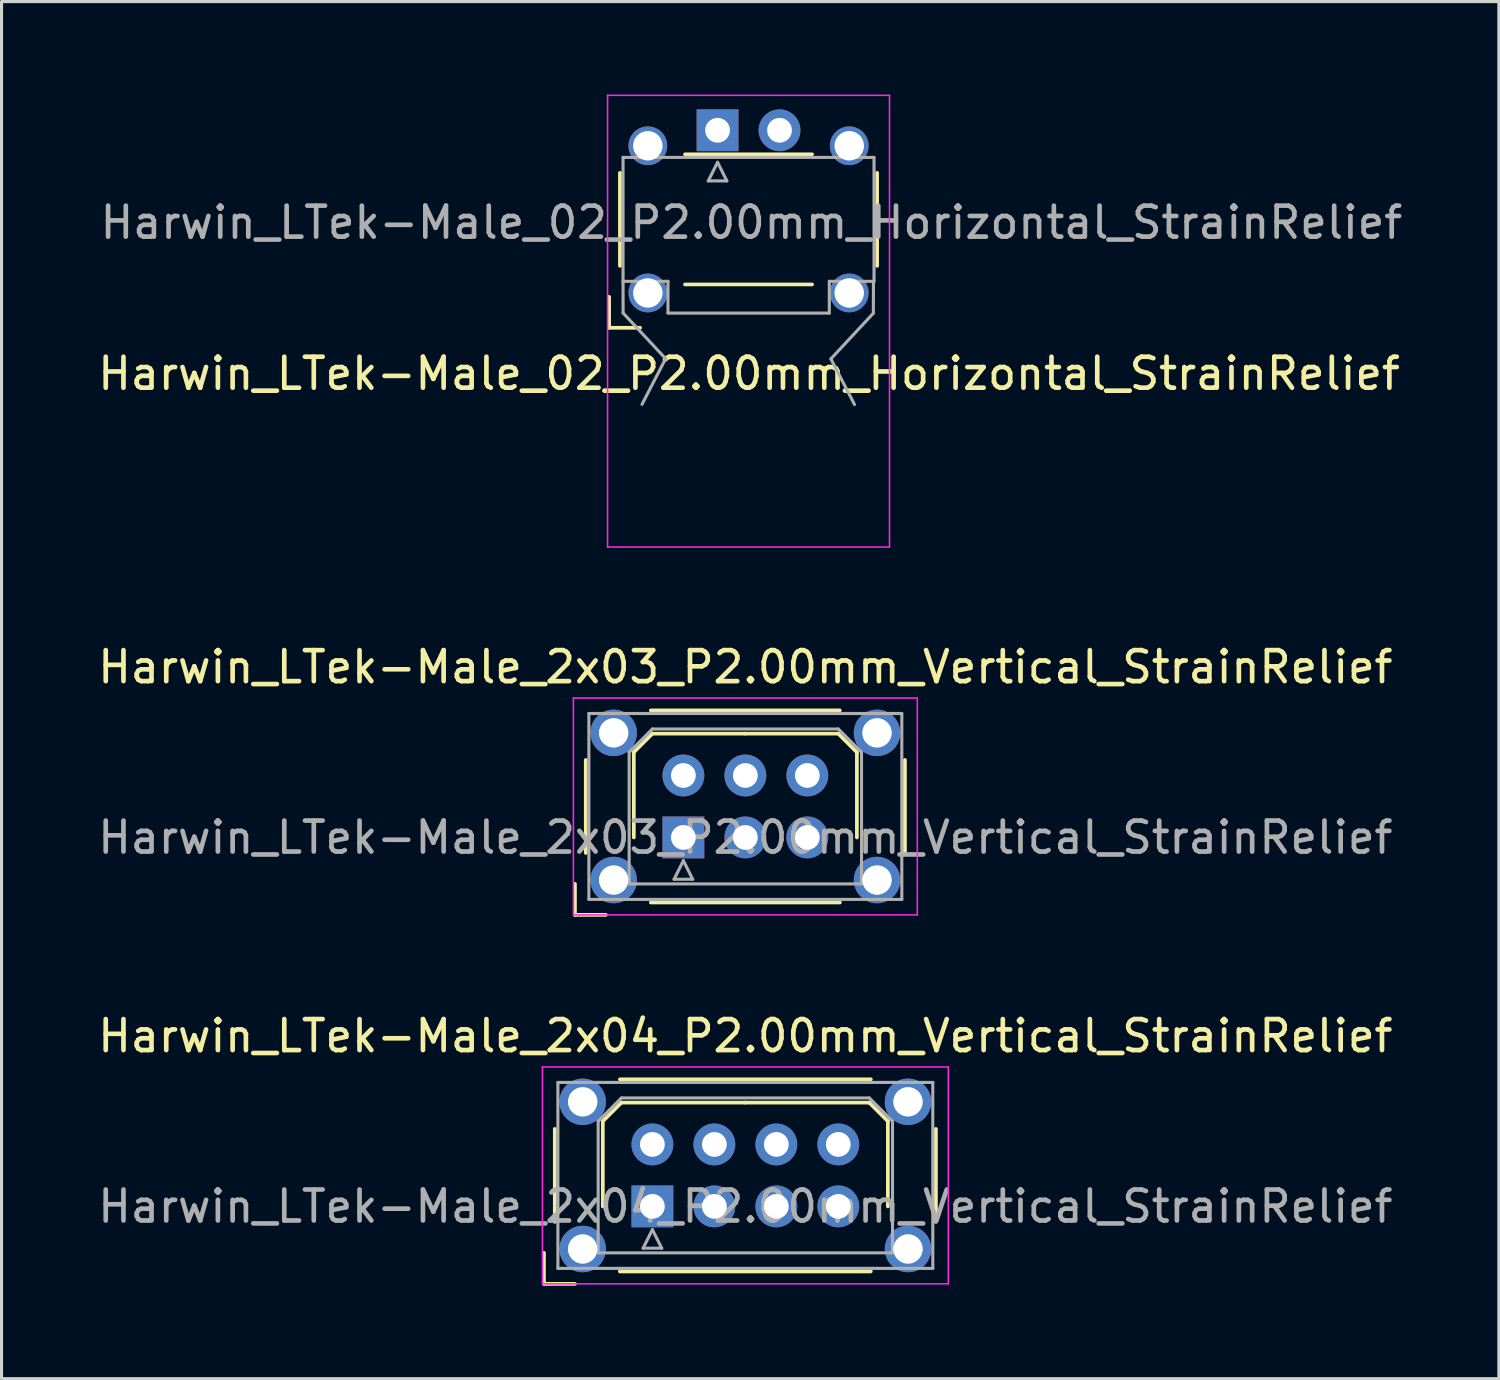
<source format=kicad_pcb>
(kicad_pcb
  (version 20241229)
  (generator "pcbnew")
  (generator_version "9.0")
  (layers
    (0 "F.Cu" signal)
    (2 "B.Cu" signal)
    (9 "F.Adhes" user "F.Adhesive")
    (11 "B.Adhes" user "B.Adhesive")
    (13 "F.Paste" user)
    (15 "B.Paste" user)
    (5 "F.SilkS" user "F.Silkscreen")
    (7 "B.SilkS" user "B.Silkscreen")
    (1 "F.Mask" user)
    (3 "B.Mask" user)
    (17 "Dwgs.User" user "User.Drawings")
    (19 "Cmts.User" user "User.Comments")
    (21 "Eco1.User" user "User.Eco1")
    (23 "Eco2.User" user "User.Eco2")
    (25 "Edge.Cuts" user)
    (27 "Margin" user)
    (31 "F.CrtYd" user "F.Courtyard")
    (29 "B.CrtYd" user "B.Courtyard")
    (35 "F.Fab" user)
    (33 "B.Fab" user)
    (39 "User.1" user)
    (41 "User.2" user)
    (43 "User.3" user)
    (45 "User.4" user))
  (footprint "Harwin_LTek-Male_2x04_P2.00mm_Vertical_StrainRelief"
    (layer "F.Cu")
    (at 18.006 35.886)
    (property "Reference" "Harwin_LTek-Male_2x04_P2.00mm_Vertical_StrainRelief" (at 3 -5.5 0) (layer "F.SilkS") (effects (font (size 1 1) (thickness 0.15))))
    (attr through_hole)
    (fp_line (start -3.5 1.5) (end -3.5 2.5) (stroke (width 0.12) (type solid)) (layer "F.SilkS"))
    (fp_line (start -3.5 2.5) (end -2.5 2.5) (stroke (width 0.12) (type solid)) (layer "F.SilkS"))
    (fp_line (start -3.15 -2.5) (end -3.15 0.5) (stroke (width 0.12) (type solid)) (layer "F.SilkS"))
    (fp_line (start -1.6 -2.75) (end -1 -3.35) (stroke (width 0.12) (type solid)) (layer "F.SilkS"))
    (fp_line (start -1.6 0) (end -1.6 -2.75) (stroke (width 0.12) (type solid)) (layer "F.SilkS"))
    (fp_line (start -1.05 -4.1) (end 7.05 -4.1) (stroke (width 0.12) (type solid)) (layer "F.SilkS"))
    (fp_line (start -1.05 2.1) (end 7.05 2.1) (stroke (width 0.12) (type solid)) (layer "F.SilkS"))
    (fp_line (start -1 -3.35) (end 3 -3.35) (stroke (width 0.12) (type solid)) (layer "F.SilkS"))
    (fp_line (start 7 -3.35) (end 3 -3.35) (stroke (width 0.12) (type solid)) (layer "F.SilkS"))
    (fp_line (start 7.6 -2.75) (end 7 -3.35) (stroke (width 0.12) (type solid)) (layer "F.SilkS"))
    (fp_line (start 7.6 0) (end 7.6 -2.75) (stroke (width 0.12) (type solid)) (layer "F.SilkS"))
    (fp_line (start 9.15 -2.5) (end 9.15 0.5) (stroke (width 0.12) (type solid)) (layer "F.SilkS"))
    (fp_line (start -3.55 -4.5) (end -3.55 2.5) (stroke (width 0.05) (type solid)) (layer "F.CrtYd"))
    (fp_line (start -3.55 2.5) (end 9.55 2.5) (stroke (width 0.05) (type solid)) (layer "F.CrtYd"))
    (fp_line (start 9.55 -4.5) (end -3.55 -4.5) (stroke (width 0.05) (type solid)) (layer "F.CrtYd"))
    (fp_line (start 9.55 2.5) (end 9.55 -4.5) (stroke (width 0.05) (type solid)) (layer "F.CrtYd"))
    (fp_line (start -3.05 -4) (end -3.05 2) (stroke (width 0.1) (type solid)) (layer "F.Fab"))
    (fp_line (start -3.05 2) (end 9.05 2) (stroke (width 0.1) (type solid)) (layer "F.Fab"))
    (fp_line (start -1.75 -2.75) (end -1 -3.5) (stroke (width 0.1) (type solid)) (layer "F.Fab"))
    (fp_line (start -1.75 1.5) (end -1.75 -2.75) (stroke (width 0.1) (type solid)) (layer "F.Fab"))
    (fp_line (start -1 -3.5) (end 7 -3.5) (stroke (width 0.1) (type solid)) (layer "F.Fab"))
    (fp_line (start -0.3 1.35) (end 0.3 1.35) (stroke (width 0.1) (type solid)) (layer "F.Fab"))
    (fp_line (start 0 0.75) (end -0.3 1.35) (stroke (width 0.1) (type solid)) (layer "F.Fab"))
    (fp_line (start 0.3 1.35) (end 0 0.75) (stroke (width 0.1) (type solid)) (layer "F.Fab"))
    (fp_line (start 7 -3.5) (end 7.75 -2.75) (stroke (width 0.1) (type solid)) (layer "F.Fab"))
    (fp_line (start 7.75 -2.75) (end 7.75 1.5) (stroke (width 0.1) (type solid)) (layer "F.Fab"))
    (fp_line (start 7.75 1.5) (end -1.75 1.5) (stroke (width 0.1) (type solid)) (layer "F.Fab"))
    (fp_line (start 9.05 -4) (end -3.05 -4) (stroke (width 0.1) (type solid)) (layer "F.Fab"))
    (fp_line (start 9.05 2) (end 9.05 -4) (stroke (width 0.1) (type solid)) (layer "F.Fab"))
    (fp_text user "${REFERENCE}" (at 3 0 0) (layer "F.Fab") (effects (font (size 1 1) (thickness 0.15))))
    (pad "" thru_hole circle (at -2.25 -3.375) (size 1.5 1.5) (drill 0.95) (layers "*.Cu" "*.Mask"))
    (pad "" thru_hole circle (at -2.25 1.375) (size 1.5 1.5) (drill 0.95) (layers "*.Cu" "*.Mask"))
    (pad "" thru_hole circle (at 8.25 -3.375) (size 1.5 1.5) (drill 0.95) (layers "*.Cu" "*.Mask"))
    (pad "" thru_hole circle (at 8.25 1.375) (size 1.5 1.5) (drill 0.95) (layers "*.Cu" "*.Mask"))
    (pad "1" thru_hole rect (at 0 0) (size 1.35 1.35) (drill 0.8) (layers "*.Cu" "*.Mask"))
    (pad "2" thru_hole circle (at 0 -2) (size 1.35 1.35) (drill 0.8) (layers "*.Cu" "*.Mask"))
    (pad "3" thru_hole circle (at 2 0) (size 1.35 1.35) (drill 0.8) (layers "*.Cu" "*.Mask"))
    (pad "4" thru_hole circle (at 2 -2) (size 1.35 1.35) (drill 0.8) (layers "*.Cu" "*.Mask"))
    (pad "5" thru_hole circle (at 4 0) (size 1.35 1.35) (drill 0.8) (layers "*.Cu" "*.Mask"))
    (pad "6" thru_hole circle (at 4 -2) (size 1.35 1.35) (drill 0.8) (layers "*.Cu" "*.Mask"))
    (pad "7" thru_hole circle (at 6 0) (size 1.35 1.35) (drill 0.8) (layers "*.Cu" "*.Mask"))
    (pad "8" thru_hole circle (at 6 -2) (size 1.35 1.35) (drill 0.8) (layers "*.Cu" "*.Mask")))
  (footprint "Harwin_LTek-Male_02_P2.00mm_Horizontal_StrainRelief"
    (layer "F.Cu")
    (at 20.109 1.155)
    (property "Reference" "Harwin_LTek-Male_02_P2.00mm_Horizontal_StrainRelief" (at 1.016 7.853 180) (layer "F.SilkS") (effects (font (size 1 1) (thickness 0.15))))
    (attr through_hole)
    (fp_line (start -3.5 5.375) (end -3.5 6.375) (stroke (width 0.12) (type solid)) (layer "F.SilkS"))
    (fp_line (start -3.5 6.375) (end -2.5 6.375) (stroke (width 0.12) (type solid)) (layer "F.SilkS"))
    (fp_line (start -3.15 1.375) (end -3.15 4.375) (stroke (width 0.12) (type solid)) (layer "F.SilkS"))
    (fp_line (start -1.05 0.775) (end 3.05 0.775) (stroke (width 0.12) (type solid)) (layer "F.SilkS"))
    (fp_line (start -1.05 4.975) (end 3.05 4.975) (stroke (width 0.12) (type solid)) (layer "F.SilkS"))
    (fp_line (start 5.15 1.375) (end 5.15 4.375) (stroke (width 0.12) (type solid)) (layer "F.SilkS"))
    (fp_line (start -3.55 -1.13) (end -3.55 13.45) (stroke (width 0.05) (type solid)) (layer "F.CrtYd"))
    (fp_line (start -3.55 13.45) (end 5.55 13.45) (stroke (width 0.05) (type solid)) (layer "F.CrtYd"))
    (fp_line (start 5.55 -1.13) (end -3.55 -1.13) (stroke (width 0.05) (type solid)) (layer "F.CrtYd"))
    (fp_line (start 5.55 13.45) (end 5.55 -1.13) (stroke (width 0.05) (type solid)) (layer "F.CrtYd"))
    (fp_line (start -3.05 0.875) (end -3.05 4.875) (stroke (width 0.1) (type solid)) (layer "F.Fab"))
    (fp_line (start -3.048 5.898) (end -3.05 4.875) (stroke (width 0.1) (type solid)) (layer "F.Fab"))
    (fp_line (start -3.043 4.875) (end -1.6 4.875) (stroke (width 0.1) (type solid)) (layer "F.Fab"))
    (fp_line (start -1.676 7.371) (end -3.048 5.898) (stroke (width 0.1) (type solid)) (layer "F.Fab"))
    (fp_line (start -1.676 7.371) (end -2.438 8.844) (stroke (width 0.1) (type solid)) (layer "F.Fab"))
    (fp_line (start -1.6 4.875) (end -1.6 5.898) (stroke (width 0.1) (type solid)) (layer "F.Fab"))
    (fp_line (start -1.6 5.9) (end 3.607 5.9) (stroke (width 0.1) (type solid)) (layer "F.Fab"))
    (fp_line (start -0.3 1.634) (end 0.3 1.634) (stroke (width 0.1) (type solid)) (layer "F.Fab"))
    (fp_line (start 0 1.034) (end -0.3 1.634) (stroke (width 0.1) (type solid)) (layer "F.Fab"))
    (fp_line (start 0.3 1.634) (end 0 1.034) (stroke (width 0.1) (type solid)) (layer "F.Fab"))
    (fp_line (start 3.607 4.875) (end 5.05 4.875) (stroke (width 0.1) (type solid)) (layer "F.Fab"))
    (fp_line (start 3.607 5.898) (end 3.607 4.875) (stroke (width 0.1) (type solid)) (layer "F.Fab"))
    (fp_line (start 3.658 7.377) (end 4.42 8.85) (stroke (width 0.1) (type solid)) (layer "F.Fab"))
    (fp_line (start 3.658 7.377) (end 5.029 5.904) (stroke (width 0.1) (type solid)) (layer "F.Fab"))
    (fp_line (start 5.029 5.904) (end 5.031 4.881) (stroke (width 0.1) (type solid)) (layer "F.Fab"))
    (fp_line (start 5.05 0.875) (end -3.05 0.875) (stroke (width 0.1) (type solid)) (layer "F.Fab"))
    (fp_line (start 5.05 4.875) (end 5.05 0.875) (stroke (width 0.1) (type solid)) (layer "F.Fab"))
    (fp_text user "${REFERENCE}" (at 1.092 2.977 0) (layer "F.Fab") (effects (font (size 1 1) (thickness 0.15))))
    (pad "" thru_hole circle (at -2.25 0.5) (size 1.25 1.25) (drill 0.95) (layers "*.Cu" "*.Mask"))
    (pad "" thru_hole circle (at -2.25 5.25) (size 1.25 1.25) (drill 0.95) (layers "*.Cu" "*.Mask"))
    (pad "" thru_hole circle (at 4.25 0.5) (size 1.25 1.25) (drill 0.95) (layers "*.Cu" "*.Mask"))
    (pad "" thru_hole circle (at 4.25 5.25) (size 1.25 1.25) (drill 0.95) (layers "*.Cu" "*.Mask"))
    (pad "1" thru_hole rect (at 0 0) (size 1.35 1.35) (drill 0.8) (layers "*.Cu" "*.Mask"))
    (pad "2" thru_hole circle (at 2 0) (size 1.35 1.35) (drill 0.8) (layers "*.Cu" "*.Mask")))
  (footprint "Harwin_LTek-Male_2x03_P2.00mm_Vertical_StrainRelief"
    (layer "F.Cu")
    (at 19.006 23.978)
    (property "Reference" "Harwin_LTek-Male_2x03_P2.00mm_Vertical_StrainRelief" (at 2 -5.5 0) (layer "F.SilkS") (effects (font (size 1 1) (thickness 0.15))))
    (attr through_hole)
    (fp_line (start -3.5 1.5) (end -3.5 2.5) (stroke (width 0.12) (type solid)) (layer "F.SilkS"))
    (fp_line (start -3.5 2.5) (end -2.5 2.5) (stroke (width 0.12) (type solid)) (layer "F.SilkS"))
    (fp_line (start -3.15 -2.5) (end -3.15 0.5) (stroke (width 0.12) (type solid)) (layer "F.SilkS"))
    (fp_line (start -1.6 -2.75) (end -1 -3.35) (stroke (width 0.12) (type solid)) (layer "F.SilkS"))
    (fp_line (start -1.6 0) (end -1.6 -2.75) (stroke (width 0.12) (type solid)) (layer "F.SilkS"))
    (fp_line (start -1.05 -4.1) (end 5.05 -4.1) (stroke (width 0.12) (type solid)) (layer "F.SilkS"))
    (fp_line (start -1.05 2.1) (end 5.05 2.1) (stroke (width 0.12) (type solid)) (layer "F.SilkS"))
    (fp_line (start -1 -3.35) (end 2 -3.35) (stroke (width 0.12) (type solid)) (layer "F.SilkS"))
    (fp_line (start 5 -3.35) (end 2 -3.35) (stroke (width 0.12) (type solid)) (layer "F.SilkS"))
    (fp_line (start 5.6 -2.75) (end 5 -3.35) (stroke (width 0.12) (type solid)) (layer "F.SilkS"))
    (fp_line (start 5.6 0) (end 5.6 -2.75) (stroke (width 0.12) (type solid)) (layer "F.SilkS"))
    (fp_line (start 7.15 -2.5) (end 7.15 0.5) (stroke (width 0.12) (type solid)) (layer "F.SilkS"))
    (fp_line (start -3.55 -4.5) (end -3.55 2.5) (stroke (width 0.05) (type solid)) (layer "F.CrtYd"))
    (fp_line (start -3.55 2.5) (end 7.55 2.5) (stroke (width 0.05) (type solid)) (layer "F.CrtYd"))
    (fp_line (start 7.55 -4.5) (end -3.55 -4.5) (stroke (width 0.05) (type solid)) (layer "F.CrtYd"))
    (fp_line (start 7.55 2.5) (end 7.55 -4.5) (stroke (width 0.05) (type solid)) (layer "F.CrtYd"))
    (fp_line (start -3.05 -4) (end -3.05 2) (stroke (width 0.1) (type solid)) (layer "F.Fab"))
    (fp_line (start -3.05 2) (end 7.05 2) (stroke (width 0.1) (type solid)) (layer "F.Fab"))
    (fp_line (start -1.75 -2.75) (end -1 -3.5) (stroke (width 0.1) (type solid)) (layer "F.Fab"))
    (fp_line (start -1.75 1.5) (end -1.75 -2.75) (stroke (width 0.1) (type solid)) (layer "F.Fab"))
    (fp_line (start -1 -3.5) (end 5 -3.5) (stroke (width 0.1) (type solid)) (layer "F.Fab"))
    (fp_line (start -0.3 1.35) (end 0.3 1.35) (stroke (width 0.1) (type solid)) (layer "F.Fab"))
    (fp_line (start 0 0.75) (end -0.3 1.35) (stroke (width 0.1) (type solid)) (layer "F.Fab"))
    (fp_line (start 0.3 1.35) (end 0 0.75) (stroke (width 0.1) (type solid)) (layer "F.Fab"))
    (fp_line (start 5 -3.5) (end 5.75 -2.75) (stroke (width 0.1) (type solid)) (layer "F.Fab"))
    (fp_line (start 5.75 -2.75) (end 5.75 1.5) (stroke (width 0.1) (type solid)) (layer "F.Fab"))
    (fp_line (start 5.75 1.5) (end -1.75 1.5) (stroke (width 0.1) (type solid)) (layer "F.Fab"))
    (fp_line (start 7.05 -4) (end -3.05 -4) (stroke (width 0.1) (type solid)) (layer "F.Fab"))
    (fp_line (start 7.05 2) (end 7.05 -4) (stroke (width 0.1) (type solid)) (layer "F.Fab"))
    (fp_text user "${REFERENCE}" (at 2 0 0) (layer "F.Fab") (effects (font (size 1 1) (thickness 0.15))))
    (pad "" thru_hole circle (at -2.25 -3.375) (size 1.5 1.5) (drill 0.95) (layers "*.Cu" "*.Mask"))
    (pad "" thru_hole circle (at -2.25 1.375) (size 1.5 1.5) (drill 0.95) (layers "*.Cu" "*.Mask"))
    (pad "" thru_hole circle (at 6.25 -3.375) (size 1.5 1.5) (drill 0.95) (layers "*.Cu" "*.Mask"))
    (pad "" thru_hole circle (at 6.25 1.375) (size 1.5 1.5) (drill 0.95) (layers "*.Cu" "*.Mask"))
    (pad "1" thru_hole rect (at 0 0) (size 1.35 1.35) (drill 0.8) (layers "*.Cu" "*.Mask"))
    (pad "2" thru_hole circle (at 0 -2) (size 1.35 1.35) (drill 0.8) (layers "*.Cu" "*.Mask"))
    (pad "3" thru_hole circle (at 2 0) (size 1.35 1.35) (drill 0.8) (layers "*.Cu" "*.Mask"))
    (pad "4" thru_hole circle (at 2 -2) (size 1.35 1.35) (drill 0.8) (layers "*.Cu" "*.Mask"))
    (pad "5" thru_hole circle (at 4 0) (size 1.35 1.35) (drill 0.8) (layers "*.Cu" "*.Mask"))
    (pad "6" thru_hole circle (at 4 -2) (size 1.35 1.35) (drill 0.8) (layers "*.Cu" "*.Mask")))
  (gr_rect
    (start -3 -3)
    (end 45.326 41.447)
    (stroke (width 0.1) (type default))
    (fill no)
    (layer "Edge.Cuts")))
</source>
